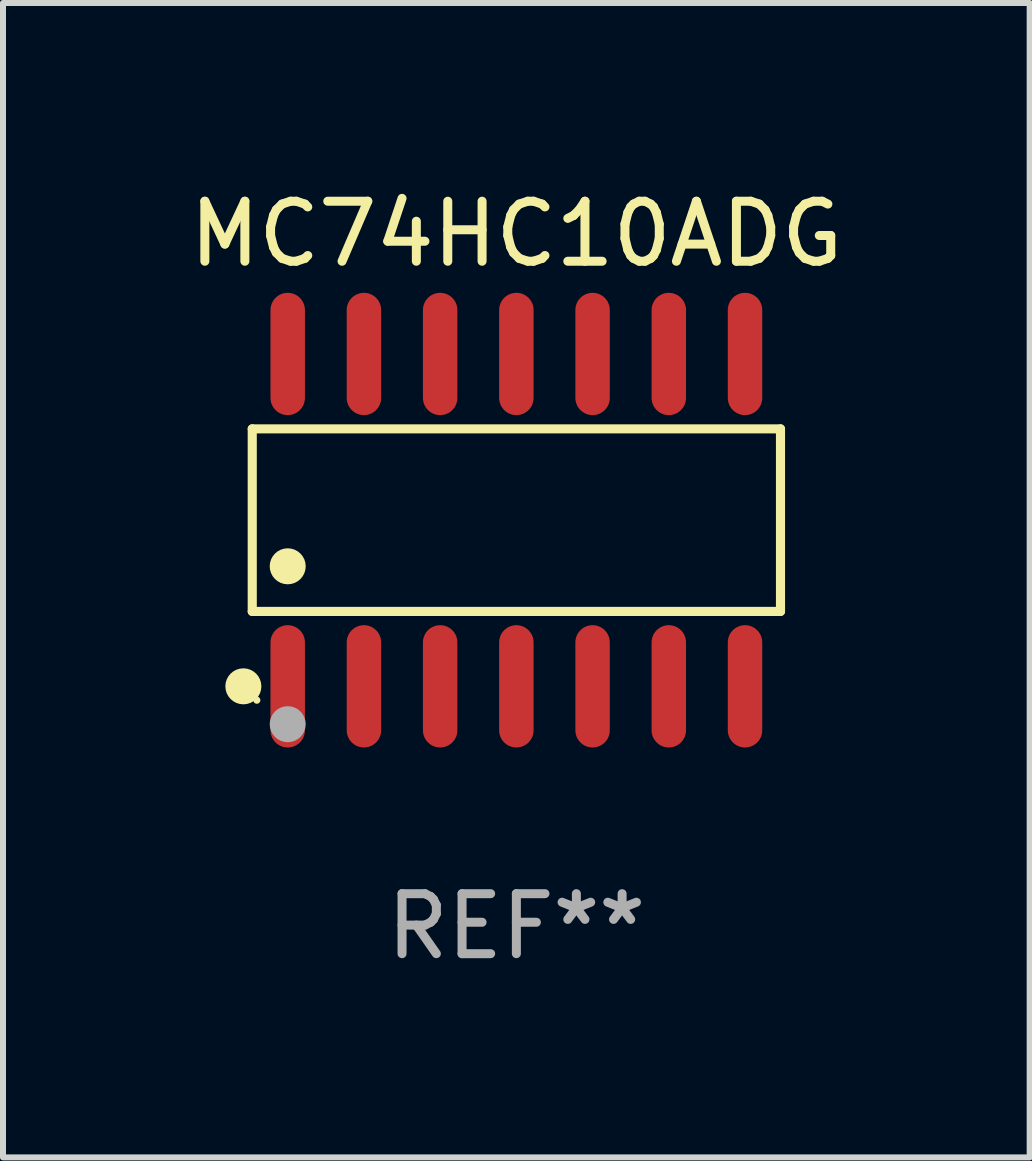
<source format=kicad_pcb>
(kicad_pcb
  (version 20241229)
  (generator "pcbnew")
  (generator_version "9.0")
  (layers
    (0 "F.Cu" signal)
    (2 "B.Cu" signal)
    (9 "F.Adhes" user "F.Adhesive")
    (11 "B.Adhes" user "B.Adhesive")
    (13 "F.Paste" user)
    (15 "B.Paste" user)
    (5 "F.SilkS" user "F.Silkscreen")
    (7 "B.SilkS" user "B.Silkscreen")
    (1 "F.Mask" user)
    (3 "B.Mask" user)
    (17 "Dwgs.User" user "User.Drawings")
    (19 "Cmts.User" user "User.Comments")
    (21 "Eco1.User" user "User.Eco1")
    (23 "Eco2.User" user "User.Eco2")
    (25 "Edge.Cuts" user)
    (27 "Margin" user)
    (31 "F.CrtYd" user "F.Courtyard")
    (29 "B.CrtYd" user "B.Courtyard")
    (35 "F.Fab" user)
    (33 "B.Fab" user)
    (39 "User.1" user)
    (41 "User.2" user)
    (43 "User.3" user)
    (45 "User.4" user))
  (footprint "MC74HC10ADG"
    (layer "F.Cu")
    (at 5.554 5.617)
    (property "Reference" "MC74HC10ADG" (at 0 -4.769 0) (layer "F.SilkS") (effects (font (size 1 1) (thickness 0.15))))
    (attr through_hole)
    (fp_line (start -4.401 -1.521) (end 4.401 -1.521) (stroke (width 0.152) (type solid)) (layer "F.SilkS"))
    (fp_line (start -4.401 1.521) (end -4.401 -1.521) (stroke (width 0.152) (type solid)) (layer "F.SilkS"))
    (fp_line (start 4.401 -1.521) (end 4.401 1.521) (stroke (width 0.152) (type solid)) (layer "F.SilkS"))
    (fp_line (start 4.401 1.521) (end -4.401 1.521) (stroke (width 0.152) (type solid)) (layer "F.SilkS"))
    (fp_circle (center -4.549 2.769) (end -4.399 2.769) (stroke (width 0.3) (type solid)) (fill no) (layer "F.SilkS"))
    (fp_circle (center -4.325 3) (end -4.295 3) (stroke (width 0.06) (type solid)) (fill no) (layer "F.SilkS"))
    (fp_circle (center -3.81 0.769) (end -3.66 0.769) (stroke (width 0.3) (type solid)) (fill no) (layer "F.SilkS"))
    (fp_circle (center -3.81 3.4) (end -3.66 3.4) (stroke (width 0.3) (type solid)) (fill no) (layer "F.Fab"))
    (fp_text user "REF**" (at 0 6.769 0) (layer "F.Fab") (effects (font (size 1 1) (thickness 0.15))))
    (pad "1" smd oval (at -3.81 2.769) (size 0.574 2.038) (layers "F.Cu" "F.Mask" "F.Paste"))
    (pad "2" smd oval (at -2.54 2.769) (size 0.574 2.038) (layers "F.Cu" "F.Mask" "F.Paste"))
    (pad "3" smd oval (at -1.27 2.769) (size 0.574 2.038) (layers "F.Cu" "F.Mask" "F.Paste"))
    (pad "4" smd oval (at 0 2.769) (size 0.574 2.038) (layers "F.Cu" "F.Mask" "F.Paste"))
    (pad "5" smd oval (at 1.27 2.769) (size 0.574 2.038) (layers "F.Cu" "F.Mask" "F.Paste"))
    (pad "6" smd oval (at 2.54 2.769) (size 0.574 2.038) (layers "F.Cu" "F.Mask" "F.Paste"))
    (pad "7" smd oval (at 3.81 2.769) (size 0.574 2.038) (layers "F.Cu" "F.Mask" "F.Paste"))
    (pad "8" smd oval (at 3.81 -2.769) (size 0.574 2.038) (layers "F.Cu" "F.Mask" "F.Paste"))
    (pad "9" smd oval (at 2.54 -2.769) (size 0.574 2.038) (layers "F.Cu" "F.Mask" "F.Paste"))
    (pad "10" smd oval (at 1.27 -2.769) (size 0.574 2.038) (layers "F.Cu" "F.Mask" "F.Paste"))
    (pad "11" smd oval (at 0 -2.769) (size 0.574 2.038) (layers "F.Cu" "F.Mask" "F.Paste"))
    (pad "12" smd oval (at -1.27 -2.769) (size 0.574 2.038) (layers "F.Cu" "F.Mask" "F.Paste"))
    (pad "13" smd oval (at -2.54 -2.769) (size 0.574 2.038) (layers "F.Cu" "F.Mask" "F.Paste"))
    (pad "14" smd oval (at -3.81 -2.769) (size 0.574 2.038) (layers "F.Cu" "F.Mask" "F.Paste")))
  (gr_rect
    (start -3 -3)
    (end 14.107 16.235)
    (stroke (width 0.1) (type default))
    (fill no)
    (layer "Edge.Cuts")))
</source>
